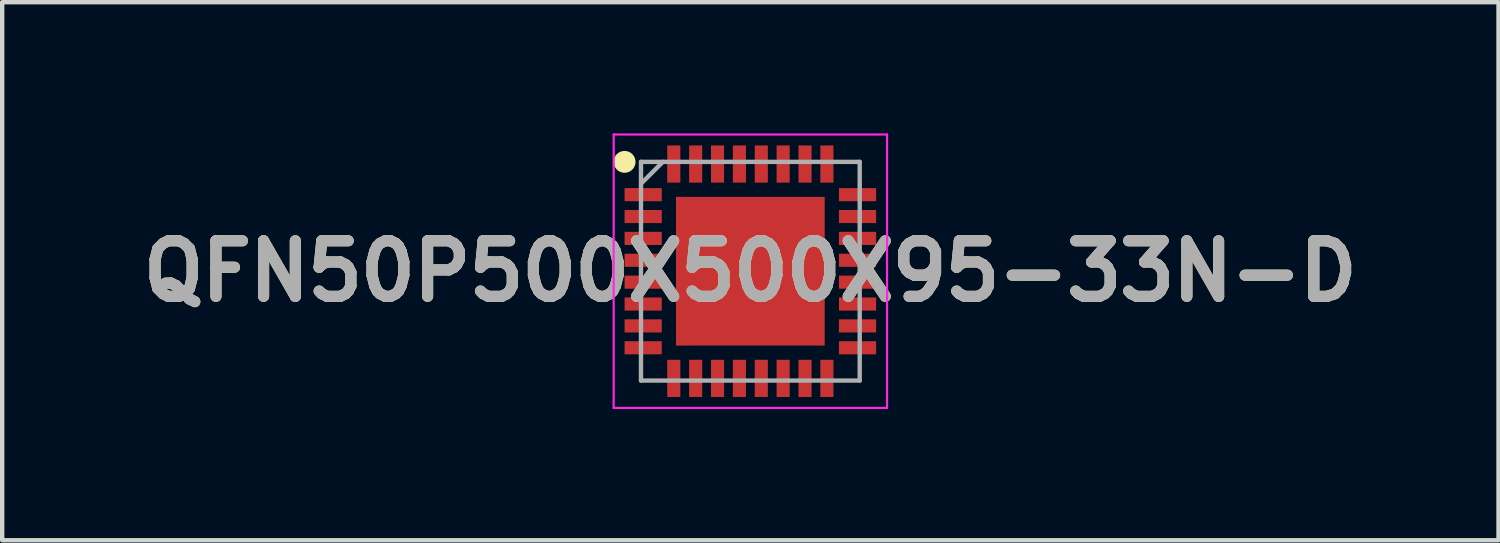
<source format=kicad_pcb>
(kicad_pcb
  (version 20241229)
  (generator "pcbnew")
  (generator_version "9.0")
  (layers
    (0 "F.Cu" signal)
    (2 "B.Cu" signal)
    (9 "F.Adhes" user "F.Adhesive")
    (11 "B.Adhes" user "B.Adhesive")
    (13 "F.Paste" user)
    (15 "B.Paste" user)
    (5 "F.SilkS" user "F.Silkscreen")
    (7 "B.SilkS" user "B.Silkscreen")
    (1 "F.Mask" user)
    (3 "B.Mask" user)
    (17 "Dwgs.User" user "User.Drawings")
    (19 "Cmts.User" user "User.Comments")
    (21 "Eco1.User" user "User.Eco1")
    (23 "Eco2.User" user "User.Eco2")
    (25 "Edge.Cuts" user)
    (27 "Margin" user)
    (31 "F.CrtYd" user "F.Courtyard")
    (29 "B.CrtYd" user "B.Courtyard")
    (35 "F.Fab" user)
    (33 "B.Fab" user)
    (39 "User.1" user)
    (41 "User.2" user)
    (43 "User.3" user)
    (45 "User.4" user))
  (footprint "QFN50P500X500X95-33N-D"
    (layer "F.Cu")
    (at 14.103 3.15)
    (property "Reference" "QFN50P500X500X95-33N-D" (at 0 0 0) (layer "F.SilkS") (effects (font (size 1.27 1.27) (thickness 0.254))))
    (attr smd)
    (fp_circle (center -2.875 -2.5) (end -2.875 -2.375) (stroke (width 0.25) (type solid)) (fill no) (layer "F.SilkS"))
    (fp_line (start -3.125 -3.125) (end 3.125 -3.125) (stroke (width 0.05) (type solid)) (layer "F.CrtYd"))
    (fp_line (start -3.125 3.125) (end -3.125 -3.125) (stroke (width 0.05) (type solid)) (layer "F.CrtYd"))
    (fp_line (start 3.125 -3.125) (end 3.125 3.125) (stroke (width 0.05) (type solid)) (layer "F.CrtYd"))
    (fp_line (start 3.125 3.125) (end -3.125 3.125) (stroke (width 0.05) (type solid)) (layer "F.CrtYd"))
    (fp_line (start -2.5 -2.5) (end 2.5 -2.5) (stroke (width 0.1) (type solid)) (layer "F.Fab"))
    (fp_line (start -2.5 -2) (end -2 -2.5) (stroke (width 0.1) (type solid)) (layer "F.Fab"))
    (fp_line (start -2.5 2.5) (end -2.5 -2.5) (stroke (width 0.1) (type solid)) (layer "F.Fab"))
    (fp_line (start 2.5 -2.5) (end 2.5 2.5) (stroke (width 0.1) (type solid)) (layer "F.Fab"))
    (fp_line (start 2.5 2.5) (end -2.5 2.5) (stroke (width 0.1) (type solid)) (layer "F.Fab"))
    (fp_text user "${REFERENCE}" (at 0 0 0) (layer "F.Fab") (effects (font (size 1.27 1.27) (thickness 0.254))))
    (pad "1" smd rect (at -2.45 -1.75 90) (size 0.3 0.85) (layers "F.Cu" "F.Mask" "F.Paste"))
    (pad "2" smd rect (at -2.45 -1.25 90) (size 0.3 0.85) (layers "F.Cu" "F.Mask" "F.Paste"))
    (pad "3" smd rect (at -2.45 -0.75 90) (size 0.3 0.85) (layers "F.Cu" "F.Mask" "F.Paste"))
    (pad "4" smd rect (at -2.45 -0.25 90) (size 0.3 0.85) (layers "F.Cu" "F.Mask" "F.Paste"))
    (pad "5" smd rect (at -2.45 0.25 90) (size 0.3 0.85) (layers "F.Cu" "F.Mask" "F.Paste"))
    (pad "6" smd rect (at -2.45 0.75 90) (size 0.3 0.85) (layers "F.Cu" "F.Mask" "F.Paste"))
    (pad "7" smd rect (at -2.45 1.25 90) (size 0.3 0.85) (layers "F.Cu" "F.Mask" "F.Paste"))
    (pad "8" smd rect (at -2.45 1.75 90) (size 0.3 0.85) (layers "F.Cu" "F.Mask" "F.Paste"))
    (pad "9" smd rect (at -1.75 2.45) (size 0.3 0.85) (layers "F.Cu" "F.Mask" "F.Paste"))
    (pad "10" smd rect (at -1.25 2.45) (size 0.3 0.85) (layers "F.Cu" "F.Mask" "F.Paste"))
    (pad "11" smd rect (at -0.75 2.45) (size 0.3 0.85) (layers "F.Cu" "F.Mask" "F.Paste"))
    (pad "12" smd rect (at -0.25 2.45) (size 0.3 0.85) (layers "F.Cu" "F.Mask" "F.Paste"))
    (pad "13" smd rect (at 0.25 2.45) (size 0.3 0.85) (layers "F.Cu" "F.Mask" "F.Paste"))
    (pad "14" smd rect (at 0.75 2.45) (size 0.3 0.85) (layers "F.Cu" "F.Mask" "F.Paste"))
    (pad "15" smd rect (at 1.25 2.45) (size 0.3 0.85) (layers "F.Cu" "F.Mask" "F.Paste"))
    (pad "16" smd rect (at 1.75 2.45) (size 0.3 0.85) (layers "F.Cu" "F.Mask" "F.Paste"))
    (pad "17" smd rect (at 2.45 1.75 90) (size 0.3 0.85) (layers "F.Cu" "F.Mask" "F.Paste"))
    (pad "18" smd rect (at 2.45 1.25 90) (size 0.3 0.85) (layers "F.Cu" "F.Mask" "F.Paste"))
    (pad "19" smd rect (at 2.45 0.75 90) (size 0.3 0.85) (layers "F.Cu" "F.Mask" "F.Paste"))
    (pad "20" smd rect (at 2.45 0.25 90) (size 0.3 0.85) (layers "F.Cu" "F.Mask" "F.Paste"))
    (pad "21" smd rect (at 2.45 -0.25 90) (size 0.3 0.85) (layers "F.Cu" "F.Mask" "F.Paste"))
    (pad "22" smd rect (at 2.45 -0.75 90) (size 0.3 0.85) (layers "F.Cu" "F.Mask" "F.Paste"))
    (pad "23" smd rect (at 2.45 -1.25 90) (size 0.3 0.85) (layers "F.Cu" "F.Mask" "F.Paste"))
    (pad "24" smd rect (at 2.45 -1.75 90) (size 0.3 0.85) (layers "F.Cu" "F.Mask" "F.Paste"))
    (pad "25" smd rect (at 1.75 -2.45) (size 0.3 0.85) (layers "F.Cu" "F.Mask" "F.Paste"))
    (pad "26" smd rect (at 1.25 -2.45) (size 0.3 0.85) (layers "F.Cu" "F.Mask" "F.Paste"))
    (pad "27" smd rect (at 0.75 -2.45) (size 0.3 0.85) (layers "F.Cu" "F.Mask" "F.Paste"))
    (pad "28" smd rect (at 0.25 -2.45) (size 0.3 0.85) (layers "F.Cu" "F.Mask" "F.Paste"))
    (pad "29" smd rect (at -0.25 -2.45) (size 0.3 0.85) (layers "F.Cu" "F.Mask" "F.Paste"))
    (pad "30" smd rect (at -0.75 -2.45) (size 0.3 0.85) (layers "F.Cu" "F.Mask" "F.Paste"))
    (pad "31" smd rect (at -1.25 -2.45) (size 0.3 0.85) (layers "F.Cu" "F.Mask" "F.Paste"))
    (pad "32" smd rect (at -1.75 -2.45) (size 0.3 0.85) (layers "F.Cu" "F.Mask" "F.Paste"))
    (pad "33" smd rect (at 0 0) (size 3.4 3.4) (layers "F.Cu" "F.Mask" "F.Paste")))
  (gr_rect
    (start -3 -3)
    (end 31.206 9.3)
    (stroke (width 0.1) (type default))
    (fill no)
    (layer "Edge.Cuts")))
</source>
